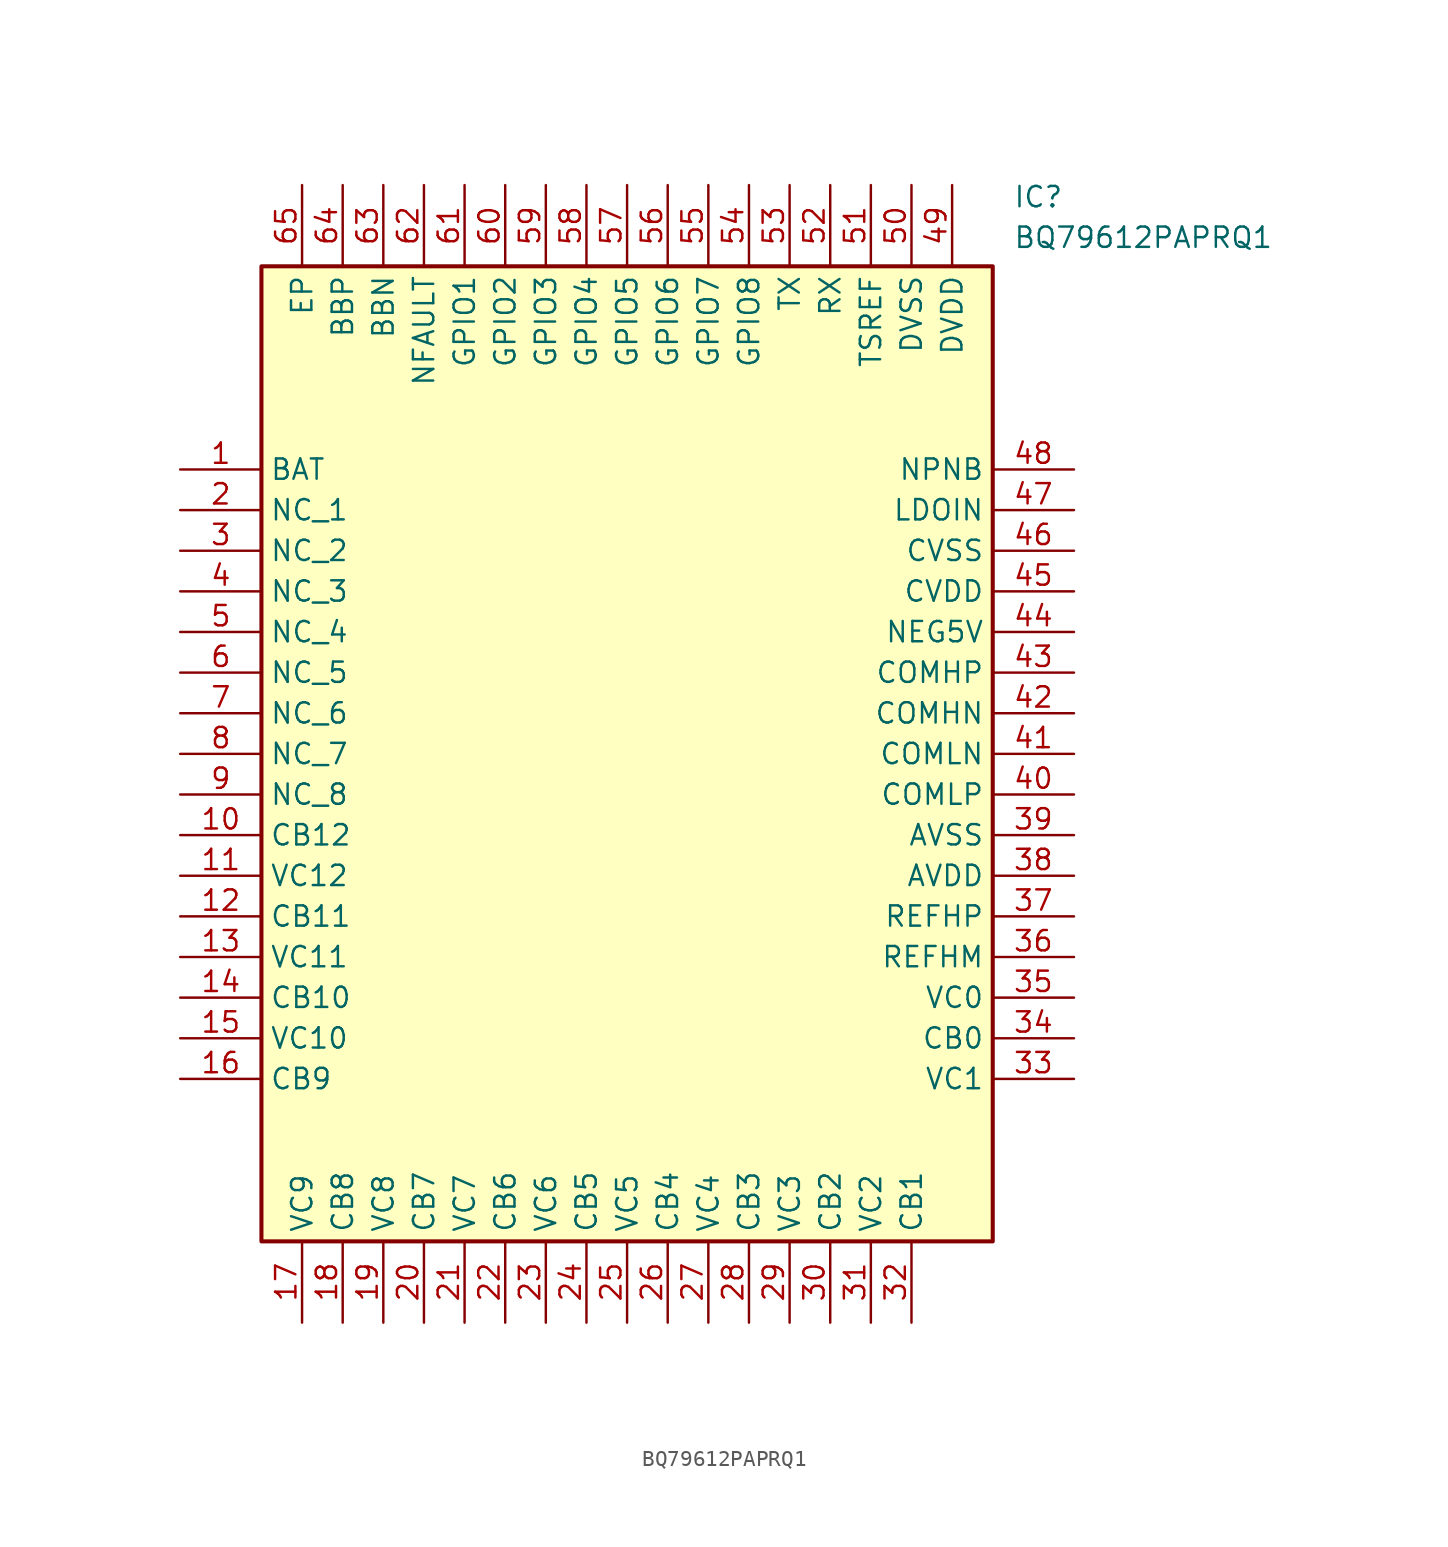
<source format=kicad_sym>
(kicad_symbol_lib
  (version 20220914)
  (generator SamacSys_ECAD_Model)
  (symbol "BQ79612PAPRQ1"
    (property "Reference" "IC"
      (at 52.07 17.78 0)
      (effects (font (size 1.27 1.27)) (justify left top)))
    (property "Value" "BQ79612PAPRQ1"
      (at 52.07 15.24 0)
      (effects (font (size 1.27 1.27)) (justify left top)))
    (rectangle
      (start 5.08 12.7)
      (end 50.8 -48.26)
      (stroke (width 0.254) (type default))
      (fill (type background)))
    (pin passive line
      (at 0 0 0)
      (length 5.08)
      (name "BAT" (effects (font (size 1.27 1.27))))
      (number "1" (effects (font (size 1.27 1.27)))))
    (pin passive line
      (at 0 -2.54 0)
      (length 5.08)
      (name "NC_1" (effects (font (size 1.27 1.27))))
      (number "2" (effects (font (size 1.27 1.27)))))
    (pin passive line
      (at 0 -5.08 0)
      (length 5.08)
      (name "NC_2" (effects (font (size 1.27 1.27))))
      (number "3" (effects (font (size 1.27 1.27)))))
    (pin passive line
      (at 0 -7.62 0)
      (length 5.08)
      (name "NC_3" (effects (font (size 1.27 1.27))))
      (number "4" (effects (font (size 1.27 1.27)))))
    (pin passive line
      (at 0 -10.16 0)
      (length 5.08)
      (name "NC_4" (effects (font (size 1.27 1.27))))
      (number "5" (effects (font (size 1.27 1.27)))))
    (pin passive line
      (at 0 -12.7 0)
      (length 5.08)
      (name "NC_5" (effects (font (size 1.27 1.27))))
      (number "6" (effects (font (size 1.27 1.27)))))
    (pin passive line
      (at 0 -15.24 0)
      (length 5.08)
      (name "NC_6" (effects (font (size 1.27 1.27))))
      (number "7" (effects (font (size 1.27 1.27)))))
    (pin passive line
      (at 0 -17.78 0)
      (length 5.08)
      (name "NC_7" (effects (font (size 1.27 1.27))))
      (number "8" (effects (font (size 1.27 1.27)))))
    (pin passive line
      (at 0 -20.32 0)
      (length 5.08)
      (name "NC_8" (effects (font (size 1.27 1.27))))
      (number "9" (effects (font (size 1.27 1.27)))))
    (pin passive line
      (at 0 -22.86 0)
      (length 5.08)
      (name "CB12" (effects (font (size 1.27 1.27))))
      (number "10" (effects (font (size 1.27 1.27)))))
    (pin passive line
      (at 0 -25.4 0)
      (length 5.08)
      (name "VC12" (effects (font (size 1.27 1.27))))
      (number "11" (effects (font (size 1.27 1.27)))))
    (pin passive line
      (at 0 -27.94 0)
      (length 5.08)
      (name "CB11" (effects (font (size 1.27 1.27))))
      (number "12" (effects (font (size 1.27 1.27)))))
    (pin passive line
      (at 0 -30.48 0)
      (length 5.08)
      (name "VC11" (effects (font (size 1.27 1.27))))
      (number "13" (effects (font (size 1.27 1.27)))))
    (pin passive line
      (at 0 -33.02 0)
      (length 5.08)
      (name "CB10" (effects (font (size 1.27 1.27))))
      (number "14" (effects (font (size 1.27 1.27)))))
    (pin passive line
      (at 0 -35.56 0)
      (length 5.08)
      (name "VC10" (effects (font (size 1.27 1.27))))
      (number "15" (effects (font (size 1.27 1.27)))))
    (pin passive line
      (at 0 -38.1 0)
      (length 5.08)
      (name "CB9" (effects (font (size 1.27 1.27))))
      (number "16" (effects (font (size 1.27 1.27)))))
    (pin passive line
      (at 7.62 -53.34 90)
      (length 5.08)
      (name "VC9" (effects (font (size 1.27 1.27))))
      (number "17" (effects (font (size 1.27 1.27)))))
    (pin passive line
      (at 10.16 -53.34 90)
      (length 5.08)
      (name "CB8" (effects (font (size 1.27 1.27))))
      (number "18" (effects (font (size 1.27 1.27)))))
    (pin passive line
      (at 12.7 -53.34 90)
      (length 5.08)
      (name "VC8" (effects (font (size 1.27 1.27))))
      (number "19" (effects (font (size 1.27 1.27)))))
    (pin passive line
      (at 15.24 -53.34 90)
      (length 5.08)
      (name "CB7" (effects (font (size 1.27 1.27))))
      (number "20" (effects (font (size 1.27 1.27)))))
    (pin passive line
      (at 17.78 -53.34 90)
      (length 5.08)
      (name "VC7" (effects (font (size 1.27 1.27))))
      (number "21" (effects (font (size 1.27 1.27)))))
    (pin passive line
      (at 20.32 -53.34 90)
      (length 5.08)
      (name "CB6" (effects (font (size 1.27 1.27))))
      (number "22" (effects (font (size 1.27 1.27)))))
    (pin passive line
      (at 22.86 -53.34 90)
      (length 5.08)
      (name "VC6" (effects (font (size 1.27 1.27))))
      (number "23" (effects (font (size 1.27 1.27)))))
    (pin passive line
      (at 25.4 -53.34 90)
      (length 5.08)
      (name "CB5" (effects (font (size 1.27 1.27))))
      (number "24" (effects (font (size 1.27 1.27)))))
    (pin passive line
      (at 27.94 -53.34 90)
      (length 5.08)
      (name "VC5" (effects (font (size 1.27 1.27))))
      (number "25" (effects (font (size 1.27 1.27)))))
    (pin passive line
      (at 30.48 -53.34 90)
      (length 5.08)
      (name "CB4" (effects (font (size 1.27 1.27))))
      (number "26" (effects (font (size 1.27 1.27)))))
    (pin passive line
      (at 33.02 -53.34 90)
      (length 5.08)
      (name "VC4" (effects (font (size 1.27 1.27))))
      (number "27" (effects (font (size 1.27 1.27)))))
    (pin passive line
      (at 35.56 -53.34 90)
      (length 5.08)
      (name "CB3" (effects (font (size 1.27 1.27))))
      (number "28" (effects (font (size 1.27 1.27)))))
    (pin passive line
      (at 38.1 -53.34 90)
      (length 5.08)
      (name "VC3" (effects (font (size 1.27 1.27))))
      (number "29" (effects (font (size 1.27 1.27)))))
    (pin passive line
      (at 40.64 -53.34 90)
      (length 5.08)
      (name "CB2" (effects (font (size 1.27 1.27))))
      (number "30" (effects (font (size 1.27 1.27)))))
    (pin passive line
      (at 43.18 -53.34 90)
      (length 5.08)
      (name "VC2" (effects (font (size 1.27 1.27))))
      (number "31" (effects (font (size 1.27 1.27)))))
    (pin passive line
      (at 45.72 -53.34 90)
      (length 5.08)
      (name "CB1" (effects (font (size 1.27 1.27))))
      (number "32" (effects (font (size 1.27 1.27)))))
    (pin passive line
      (at 55.88 0 180)
      (length 5.08)
      (name "NPNB" (effects (font (size 1.27 1.27))))
      (number "48" (effects (font (size 1.27 1.27)))))
    (pin passive line
      (at 55.88 -2.54 180)
      (length 5.08)
      (name "LDOIN" (effects (font (size 1.27 1.27))))
      (number "47" (effects (font (size 1.27 1.27)))))
    (pin passive line
      (at 55.88 -5.08 180)
      (length 5.08)
      (name "CVSS" (effects (font (size 1.27 1.27))))
      (number "46" (effects (font (size 1.27 1.27)))))
    (pin passive line
      (at 55.88 -7.62 180)
      (length 5.08)
      (name "CVDD" (effects (font (size 1.27 1.27))))
      (number "45" (effects (font (size 1.27 1.27)))))
    (pin passive line
      (at 55.88 -10.16 180)
      (length 5.08)
      (name "NEG5V" (effects (font (size 1.27 1.27))))
      (number "44" (effects (font (size 1.27 1.27)))))
    (pin passive line
      (at 55.88 -12.7 180)
      (length 5.08)
      (name "COMHP" (effects (font (size 1.27 1.27))))
      (number "43" (effects (font (size 1.27 1.27)))))
    (pin passive line
      (at 55.88 -15.24 180)
      (length 5.08)
      (name "COMHN" (effects (font (size 1.27 1.27))))
      (number "42" (effects (font (size 1.27 1.27)))))
    (pin passive line
      (at 55.88 -17.78 180)
      (length 5.08)
      (name "COMLN" (effects (font (size 1.27 1.27))))
      (number "41" (effects (font (size 1.27 1.27)))))
    (pin passive line
      (at 55.88 -20.32 180)
      (length 5.08)
      (name "COMLP" (effects (font (size 1.27 1.27))))
      (number "40" (effects (font (size 1.27 1.27)))))
    (pin passive line
      (at 55.88 -22.86 180)
      (length 5.08)
      (name "AVSS" (effects (font (size 1.27 1.27))))
      (number "39" (effects (font (size 1.27 1.27)))))
    (pin passive line
      (at 55.88 -25.4 180)
      (length 5.08)
      (name "AVDD" (effects (font (size 1.27 1.27))))
      (number "38" (effects (font (size 1.27 1.27)))))
    (pin passive line
      (at 55.88 -27.94 180)
      (length 5.08)
      (name "REFHP" (effects (font (size 1.27 1.27))))
      (number "37" (effects (font (size 1.27 1.27)))))
    (pin passive line
      (at 55.88 -30.48 180)
      (length 5.08)
      (name "REFHM" (effects (font (size 1.27 1.27))))
      (number "36" (effects (font (size 1.27 1.27)))))
    (pin passive line
      (at 55.88 -33.02 180)
      (length 5.08)
      (name "VC0" (effects (font (size 1.27 1.27))))
      (number "35" (effects (font (size 1.27 1.27)))))
    (pin passive line
      (at 55.88 -35.56 180)
      (length 5.08)
      (name "CB0" (effects (font (size 1.27 1.27))))
      (number "34" (effects (font (size 1.27 1.27)))))
    (pin passive line
      (at 55.88 -38.1 180)
      (length 5.08)
      (name "VC1" (effects (font (size 1.27 1.27))))
      (number "33" (effects (font (size 1.27 1.27)))))
    (pin passive line
      (at 7.62 17.78 270)
      (length 5.08)
      (name "EP" (effects (font (size 1.27 1.27))))
      (number "65" (effects (font (size 1.27 1.27)))))
    (pin passive line
      (at 10.16 17.78 270)
      (length 5.08)
      (name "BBP" (effects (font (size 1.27 1.27))))
      (number "64" (effects (font (size 1.27 1.27)))))
    (pin passive line
      (at 12.7 17.78 270)
      (length 5.08)
      (name "BBN" (effects (font (size 1.27 1.27))))
      (number "63" (effects (font (size 1.27 1.27)))))
    (pin passive line
      (at 15.24 17.78 270)
      (length 5.08)
      (name "NFAULT" (effects (font (size 1.27 1.27))))
      (number "62" (effects (font (size 1.27 1.27)))))
    (pin passive line
      (at 17.78 17.78 270)
      (length 5.08)
      (name "GPIO1" (effects (font (size 1.27 1.27))))
      (number "61" (effects (font (size 1.27 1.27)))))
    (pin passive line
      (at 20.32 17.78 270)
      (length 5.08)
      (name "GPIO2" (effects (font (size 1.27 1.27))))
      (number "60" (effects (font (size 1.27 1.27)))))
    (pin passive line
      (at 22.86 17.78 270)
      (length 5.08)
      (name "GPIO3" (effects (font (size 1.27 1.27))))
      (number "59" (effects (font (size 1.27 1.27)))))
    (pin passive line
      (at 25.4 17.78 270)
      (length 5.08)
      (name "GPIO4" (effects (font (size 1.27 1.27))))
      (number "58" (effects (font (size 1.27 1.27)))))
    (pin passive line
      (at 27.94 17.78 270)
      (length 5.08)
      (name "GPIO5" (effects (font (size 1.27 1.27))))
      (number "57" (effects (font (size 1.27 1.27)))))
    (pin passive line
      (at 30.48 17.78 270)
      (length 5.08)
      (name "GPIO6" (effects (font (size 1.27 1.27))))
      (number "56" (effects (font (size 1.27 1.27)))))
    (pin passive line
      (at 33.02 17.78 270)
      (length 5.08)
      (name "GPIO7" (effects (font (size 1.27 1.27))))
      (number "55" (effects (font (size 1.27 1.27)))))
    (pin passive line
      (at 35.56 17.78 270)
      (length 5.08)
      (name "GPIO8" (effects (font (size 1.27 1.27))))
      (number "54" (effects (font (size 1.27 1.27)))))
    (pin passive line
      (at 38.1 17.78 270)
      (length 5.08)
      (name "TX" (effects (font (size 1.27 1.27))))
      (number "53" (effects (font (size 1.27 1.27)))))
    (pin passive line
      (at 40.64 17.78 270)
      (length 5.08)
      (name "RX" (effects (font (size 1.27 1.27))))
      (number "52" (effects (font (size 1.27 1.27)))))
    (pin passive line
      (at 43.18 17.78 270)
      (length 5.08)
      (name "TSREF" (effects (font (size 1.27 1.27))))
      (number "51" (effects (font (size 1.27 1.27)))))
    (pin passive line
      (at 45.72 17.78 270)
      (length 5.08)
      (name "DVSS" (effects (font (size 1.27 1.27))))
      (number "50" (effects (font (size 1.27 1.27)))))
    (pin passive line
      (at 48.26 17.78 270)
      (length 5.08)
      (name "DVDD" (effects (font (size 1.27 1.27))))
      (number "49" (effects (font (size 1.27 1.27)))))))
</source>
